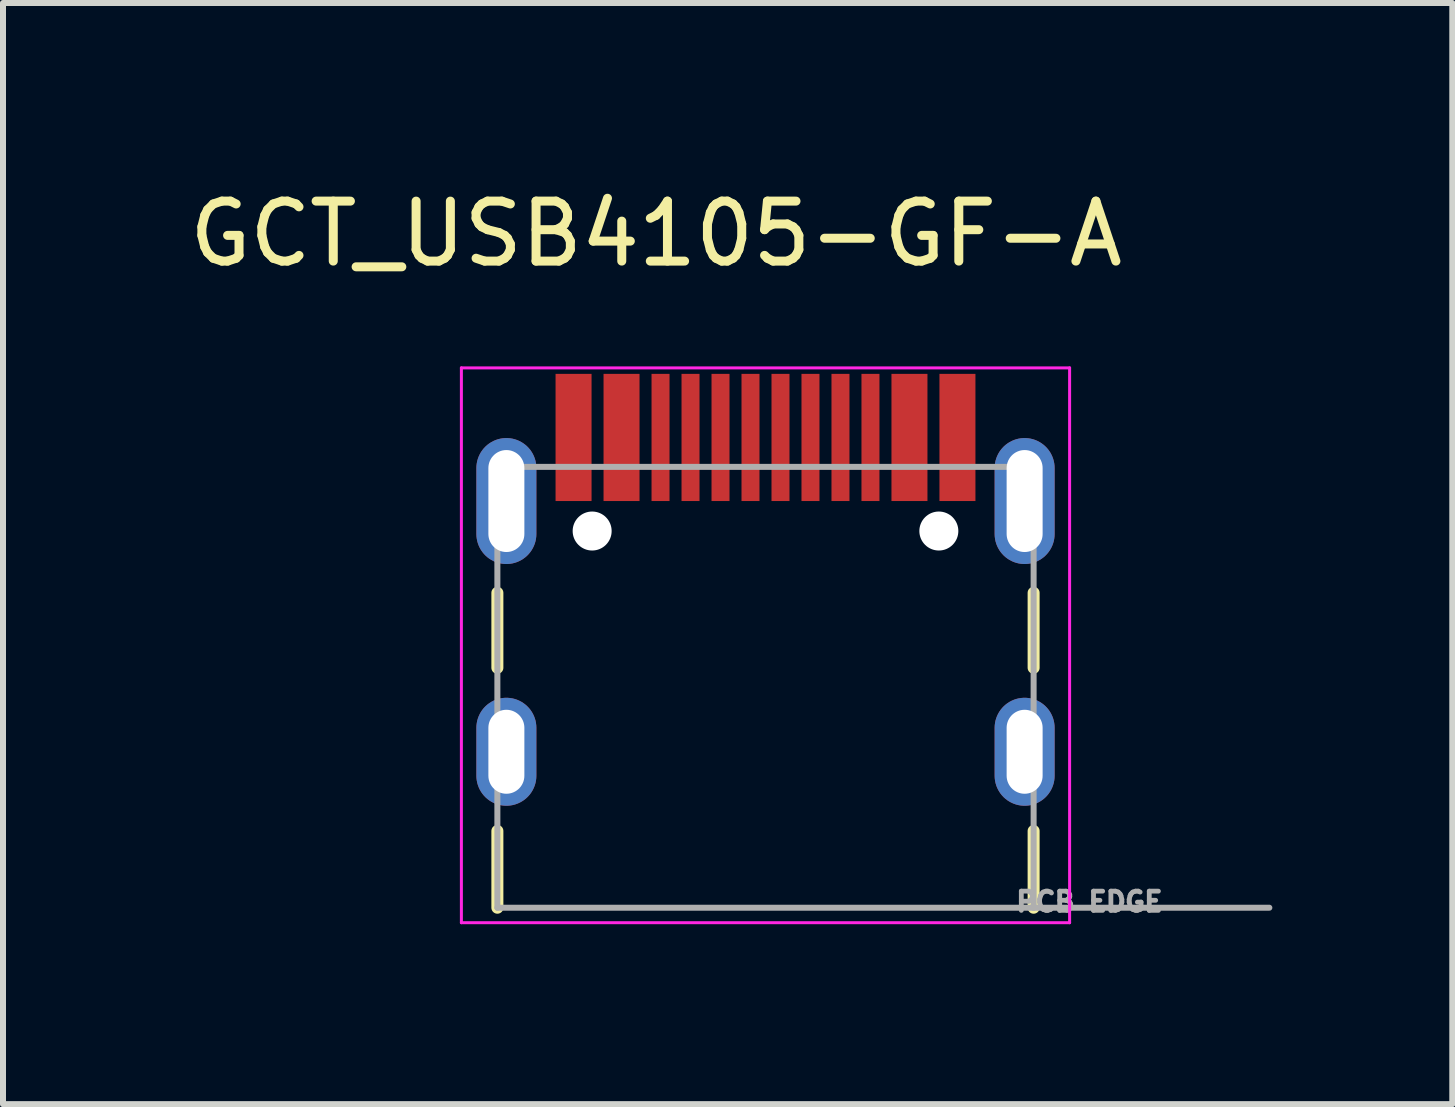
<source format=kicad_pcb>
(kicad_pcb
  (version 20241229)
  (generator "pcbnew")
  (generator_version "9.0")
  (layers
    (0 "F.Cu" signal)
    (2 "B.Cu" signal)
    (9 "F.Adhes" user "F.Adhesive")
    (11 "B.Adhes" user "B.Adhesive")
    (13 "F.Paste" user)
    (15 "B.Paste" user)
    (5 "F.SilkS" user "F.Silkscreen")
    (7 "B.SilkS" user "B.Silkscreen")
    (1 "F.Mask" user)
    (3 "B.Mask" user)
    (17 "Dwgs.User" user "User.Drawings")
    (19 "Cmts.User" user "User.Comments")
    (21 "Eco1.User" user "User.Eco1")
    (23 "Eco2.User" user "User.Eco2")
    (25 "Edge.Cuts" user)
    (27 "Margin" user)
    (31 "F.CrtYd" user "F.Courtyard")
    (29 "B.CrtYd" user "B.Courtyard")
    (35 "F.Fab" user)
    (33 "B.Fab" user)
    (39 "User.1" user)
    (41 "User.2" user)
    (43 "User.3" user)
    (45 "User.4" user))
  (footprint "GCT_USB4105-GF-A"
    (layer "F.Cu")
    (at 9.712 12.083)
    (property "Reference" "GCT_USB4105-GF-A" (at -1.825 -11.235 0) (layer "F.SilkS") (effects (font (size 1 1) (thickness 0.15))))
    (attr smd)
    (fp_poly (pts (xy -3.55 -9) (xy -2.85 -9) (xy -2.85 -6.73) (xy -3.55 -6.73)) (stroke (width 0.01) (type solid)) (fill yes) (layer "F.Mask"))
    (fp_poly (pts (xy -2.75 -9) (xy -2.05 -9) (xy -2.05 -6.73) (xy -2.75 -6.73)) (stroke (width 0.01) (type solid)) (fill yes) (layer "F.Mask"))
    (fp_poly (pts (xy -1.95 -9) (xy -1.55 -9) (xy -1.55 -6.73) (xy -1.95 -6.73)) (stroke (width 0.01) (type solid)) (fill yes) (layer "F.Mask"))
    (fp_poly (pts (xy -1.45 -9) (xy -1.05 -9) (xy -1.05 -6.73) (xy -1.45 -6.73)) (stroke (width 0.01) (type solid)) (fill yes) (layer "F.Mask"))
    (fp_poly (pts (xy -0.95 -9) (xy -0.55 -9) (xy -0.55 -6.73) (xy -0.95 -6.73)) (stroke (width 0.01) (type solid)) (fill yes) (layer "F.Mask"))
    (fp_poly (pts (xy -0.45 -9) (xy -0.05 -9) (xy -0.05 -6.73) (xy -0.45 -6.73)) (stroke (width 0.01) (type solid)) (fill yes) (layer "F.Mask"))
    (fp_poly (pts (xy 0.05 -9) (xy 0.45 -9) (xy 0.45 -6.73) (xy 0.05 -6.73)) (stroke (width 0.01) (type solid)) (fill yes) (layer "F.Mask"))
    (fp_poly (pts (xy 0.55 -9) (xy 0.95 -9) (xy 0.95 -6.73) (xy 0.55 -6.73)) (stroke (width 0.01) (type solid)) (fill yes) (layer "F.Mask"))
    (fp_poly (pts (xy 1.05 -9) (xy 1.45 -9) (xy 1.45 -6.73) (xy 1.05 -6.73)) (stroke (width 0.01) (type solid)) (fill yes) (layer "F.Mask"))
    (fp_poly (pts (xy 1.55 -9) (xy 1.95 -9) (xy 1.95 -6.73) (xy 1.55 -6.73)) (stroke (width 0.01) (type solid)) (fill yes) (layer "F.Mask"))
    (fp_poly (pts (xy 2.05 -9) (xy 2.75 -9) (xy 2.75 -6.73) (xy 2.05 -6.73)) (stroke (width 0.01) (type solid)) (fill yes) (layer "F.Mask"))
    (fp_poly (pts (xy 2.85 -9) (xy 3.55 -9) (xy 3.55 -6.73) (xy 2.85 -6.73)) (stroke (width 0.01) (type solid)) (fill yes) (layer "F.Mask"))
    (fp_line (start -4.47 -5.25) (end -4.47 -4) (stroke (width 0.2) (type solid)) (layer "F.SilkS"))
    (fp_line (start -4.47 -1.28) (end -4.47 0) (stroke (width 0.2) (type solid)) (layer "F.SilkS"))
    (fp_line (start 4.47 -5.25) (end 4.47 -4) (stroke (width 0.2) (type solid)) (layer "F.SilkS"))
    (fp_line (start 4.47 0) (end 4.47 -1.28) (stroke (width 0.2) (type solid)) (layer "F.SilkS"))
    (fp_line (start -5.07 -9) (end -5.07 0.25) (stroke (width 0.05) (type solid)) (layer "F.CrtYd"))
    (fp_line (start -5.07 0.25) (end 5.07 0.25) (stroke (width 0.05) (type solid)) (layer "F.CrtYd"))
    (fp_line (start 5.07 -9) (end -5.07 -9) (stroke (width 0.05) (type solid)) (layer "F.CrtYd"))
    (fp_line (start 5.07 0.25) (end 5.07 -9) (stroke (width 0.05) (type solid)) (layer "F.CrtYd"))
    (fp_line (start -4.47 -7.35) (end 4.47 -7.35) (stroke (width 0.1) (type solid)) (layer "F.Fab"))
    (fp_line (start -4.47 0) (end -4.47 -7.35) (stroke (width 0.1) (type solid)) (layer "F.Fab"))
    (fp_line (start 4.47 -7.35) (end 4.47 0) (stroke (width 0.1) (type solid)) (layer "F.Fab"))
    (fp_line (start 4.47 0) (end -4.47 0) (stroke (width 0.1) (type solid)) (layer "F.Fab"))
    (fp_line (start 4.47 0) (end 8.4 0) (stroke (width 0.1) (type solid)) (layer "F.Fab"))
    (fp_text user "PCB EDGE" (at 5.4 -0.1 0) (layer "F.Fab") (effects (font (size 0.32 0.32) (thickness 0.15))))
    (pad "" np_thru_hole circle (at -2.89 -6.28) (size 0.65 0.65) (drill 0.65) (layers "*.Cu" "*.Mask"))
    (pad "" np_thru_hole circle (at 2.89 -6.28) (size 0.65 0.65) (drill 0.65) (layers "*.Cu" "*.Mask"))
    (pad "A1_B12" smd rect (at -3.2 -7.84) (size 0.6 2.12) (layers "F.Cu" "F.Paste"))
    (pad "A4_B9" smd rect (at -2.4 -7.84) (size 0.6 2.12) (layers "F.Cu" "F.Paste"))
    (pad "A5" smd rect (at -1.25 -7.84) (size 0.3 2.12) (layers "F.Cu" "F.Paste"))
    (pad "A6" smd rect (at -0.25 -7.84) (size 0.3 2.12) (layers "F.Cu" "F.Paste"))
    (pad "A7" smd rect (at 0.25 -7.84) (size 0.3 2.12) (layers "F.Cu" "F.Paste"))
    (pad "A8" smd rect (at 1.25 -7.84) (size 0.3 2.12) (layers "F.Cu" "F.Paste"))
    (pad "B1_A12" smd rect (at 3.2 -7.84) (size 0.6 2.12) (layers "F.Cu" "F.Paste"))
    (pad "B4_A9" smd rect (at 2.4 -7.84) (size 0.6 2.12) (layers "F.Cu" "F.Paste"))
    (pad "B5" smd rect (at 1.75 -7.84) (size 0.3 2.12) (layers "F.Cu" "F.Paste"))
    (pad "B6" smd rect (at 0.75 -7.84) (size 0.3 2.12) (layers "F.Cu" "F.Paste"))
    (pad "B7" smd rect (at -0.75 -7.84) (size 0.3 2.12) (layers "F.Cu" "F.Paste"))
    (pad "B8" smd rect (at -1.75 -7.84) (size 0.3 2.12) (layers "F.Cu" "F.Paste"))
    (pad "SH1" thru_hole oval (at -4.32 -6.78) (size 1 2.1) (drill oval 0.6 1.7) (layers "*.Cu" "*.Mask"))
    (pad "SH2" thru_hole oval (at 4.32 -6.78) (size 1 2.1) (drill oval 0.6 1.7) (layers "*.Cu" "*.Mask"))
    (pad "SH3" thru_hole oval (at -4.32 -2.6) (size 1 1.8) (drill oval 0.6 1.4) (layers "*.Cu" "*.Mask"))
    (pad "SH4" thru_hole oval (at 4.32 -2.6) (size 1 1.8) (drill oval 0.6 1.4) (layers "*.Cu" "*.Mask")))
  (gr_rect
    (start -3 -3)
    (end 21.162 15.358)
    (stroke (width 0.1) (type default))
    (fill no)
    (layer "Edge.Cuts")))
</source>
